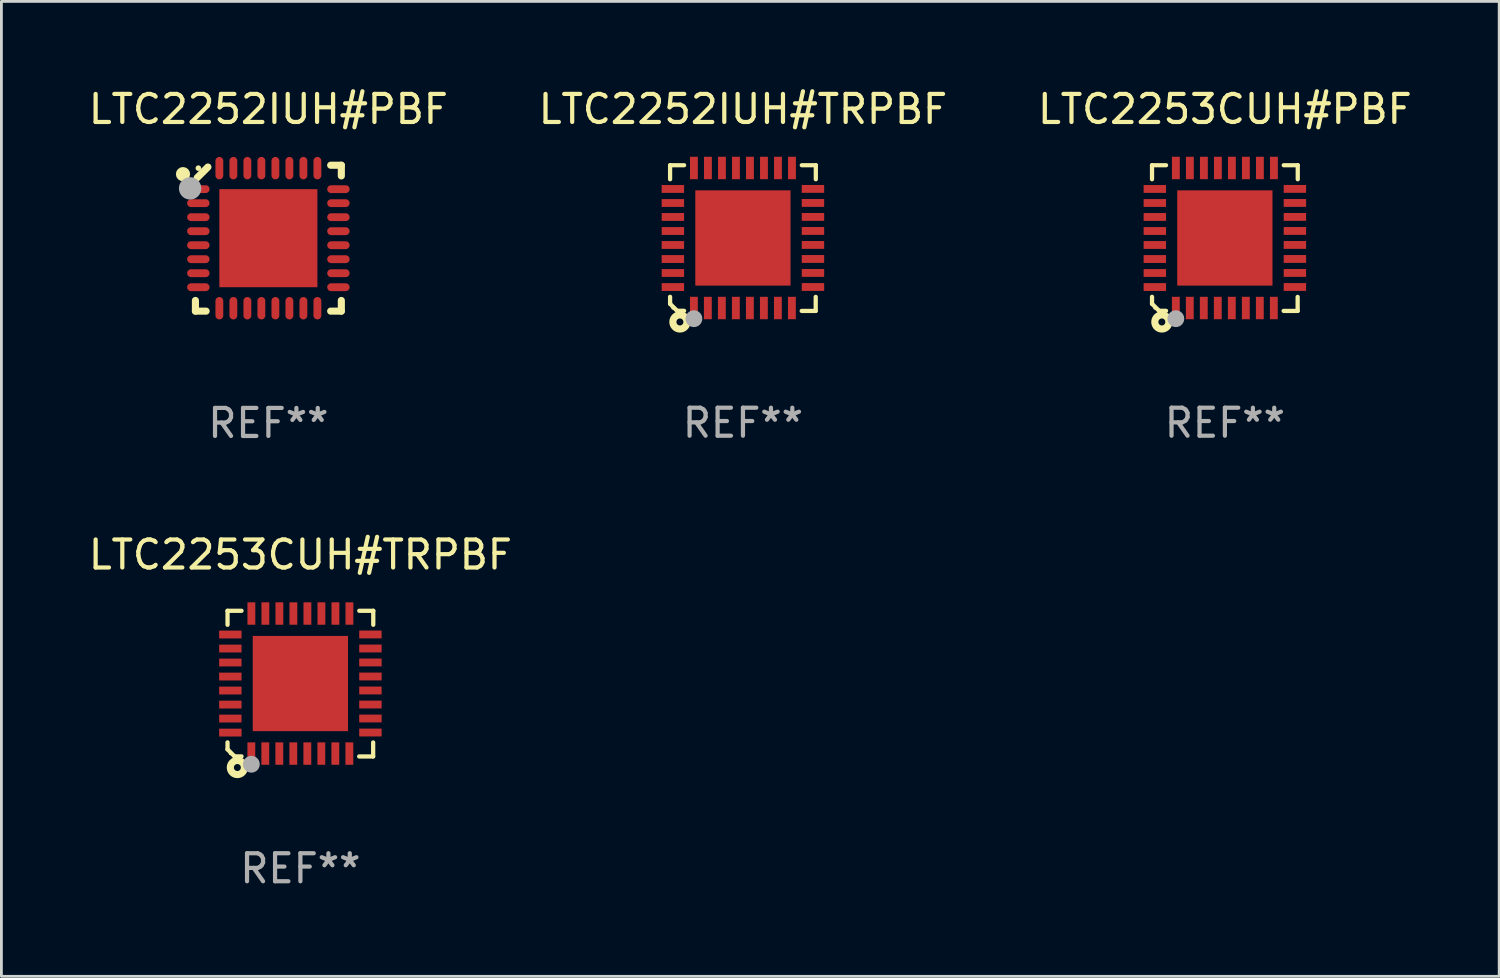
<source format=kicad_pcb>
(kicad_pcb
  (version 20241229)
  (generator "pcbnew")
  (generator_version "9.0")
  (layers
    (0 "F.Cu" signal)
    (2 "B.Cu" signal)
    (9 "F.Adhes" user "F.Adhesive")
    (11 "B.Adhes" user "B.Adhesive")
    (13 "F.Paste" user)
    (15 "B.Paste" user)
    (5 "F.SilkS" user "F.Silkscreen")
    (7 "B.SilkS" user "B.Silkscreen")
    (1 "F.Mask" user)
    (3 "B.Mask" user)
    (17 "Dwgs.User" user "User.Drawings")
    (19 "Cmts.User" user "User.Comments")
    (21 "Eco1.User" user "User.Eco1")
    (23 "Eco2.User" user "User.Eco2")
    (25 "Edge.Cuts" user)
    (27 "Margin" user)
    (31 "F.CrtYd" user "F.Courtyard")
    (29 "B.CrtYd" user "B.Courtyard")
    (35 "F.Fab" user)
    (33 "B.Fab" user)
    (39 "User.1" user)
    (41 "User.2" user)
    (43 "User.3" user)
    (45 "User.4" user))
  (footprint "LTC2252IUH#PBF"
    (layer "F.Cu")
    (at 6.53 5.452)
    (property "Reference" "LTC2252IUH#PBF" (at 0 -4.604 0) (layer "F.SilkS") (effects (font (size 1 1) (thickness 0.15))))
    (attr through_hole)
    (fp_line (start -2.604 2.223) (end -2.604 2.604) (stroke (width 0.254) (type solid)) (layer "F.SilkS"))
    (fp_line (start -2.604 2.604) (end -2.223 2.604) (stroke (width 0.254) (type solid)) (layer "F.SilkS"))
    (fp_line (start -2.159 -2.54) (end -2.54 -2.159) (stroke (width 0.254) (type solid)) (layer "F.SilkS"))
    (fp_line (start 2.223 2.604) (end 2.604 2.604) (stroke (width 0.254) (type solid)) (layer "F.SilkS"))
    (fp_line (start 2.604 -2.604) (end 2.223 -2.604) (stroke (width 0.254) (type solid)) (layer "F.SilkS"))
    (fp_line (start 2.604 -2.223) (end 2.604 -2.604) (stroke (width 0.254) (type solid)) (layer "F.SilkS"))
    (fp_line (start 2.604 2.604) (end 2.604 2.223) (stroke (width 0.254) (type solid)) (layer "F.SilkS"))
    (fp_circle (center -3.048 -2.286) (end -2.921 -2.286) (stroke (width 0.254) (type solid)) (fill no) (layer "F.SilkS"))
    (fp_circle (center -2.5 -2.5) (end -2.45 -2.5) (stroke (width 0.1) (type solid)) (fill no) (layer "F.SilkS"))
    (fp_circle (center -2.794 -1.778) (end -2.594 -1.778) (stroke (width 0.4) (type solid)) (fill no) (layer "F.Fab"))
    (fp_text user "REF**" (at 0 6.604 0) (layer "F.Fab") (effects (font (size 1 1) (thickness 0.15))))
    (pad "1" smd oval (at -2.5 -1.75) (size 0.8 0.28) (layers "F.Cu" "F.Mask" "F.Paste"))
    (pad "2" smd oval (at -2.5 -1.25) (size 0.8 0.28) (layers "F.Cu" "F.Mask" "F.Paste"))
    (pad "3" smd oval (at -2.5 -0.75) (size 0.8 0.28) (layers "F.Cu" "F.Mask" "F.Paste"))
    (pad "4" smd oval (at -2.5 -0.25) (size 0.8 0.28) (layers "F.Cu" "F.Mask" "F.Paste"))
    (pad "5" smd oval (at -2.5 0.25) (size 0.8 0.28) (layers "F.Cu" "F.Mask" "F.Paste"))
    (pad "6" smd oval (at -2.5 0.75) (size 0.8 0.28) (layers "F.Cu" "F.Mask" "F.Paste"))
    (pad "7" smd oval (at -2.5 1.25) (size 0.8 0.28) (layers "F.Cu" "F.Mask" "F.Paste"))
    (pad "8" smd oval (at -2.5 1.75) (size 0.8 0.28) (layers "F.Cu" "F.Mask" "F.Paste"))
    (pad "9" smd oval (at -1.75 2.5) (size 0.28 0.8) (layers "F.Cu" "F.Mask" "F.Paste"))
    (pad "10" smd oval (at -1.25 2.5) (size 0.28 0.8) (layers "F.Cu" "F.Mask" "F.Paste"))
    (pad "11" smd oval (at -0.75 2.5) (size 0.28 0.8) (layers "F.Cu" "F.Mask" "F.Paste"))
    (pad "12" smd oval (at -0.25 2.5) (size 0.28 0.8) (layers "F.Cu" "F.Mask" "F.Paste"))
    (pad "13" smd oval (at 0.25 2.5) (size 0.28 0.8) (layers "F.Cu" "F.Mask" "F.Paste"))
    (pad "14" smd oval (at 0.75 2.5) (size 0.28 0.8) (layers "F.Cu" "F.Mask" "F.Paste"))
    (pad "15" smd oval (at 1.25 2.5) (size 0.28 0.8) (layers "F.Cu" "F.Mask" "F.Paste"))
    (pad "16" smd oval (at 1.75 2.5) (size 0.28 0.8) (layers "F.Cu" "F.Mask" "F.Paste"))
    (pad "17" smd oval (at 2.5 1.75) (size 0.8 0.28) (layers "F.Cu" "F.Mask" "F.Paste"))
    (pad "18" smd oval (at 2.5 1.25) (size 0.8 0.28) (layers "F.Cu" "F.Mask" "F.Paste"))
    (pad "19" smd oval (at 2.5 0.75) (size 0.8 0.28) (layers "F.Cu" "F.Mask" "F.Paste"))
    (pad "20" smd oval (at 2.5 0.25) (size 0.8 0.28) (layers "F.Cu" "F.Mask" "F.Paste"))
    (pad "21" smd oval (at 2.5 -0.25) (size 0.8 0.28) (layers "F.Cu" "F.Mask" "F.Paste"))
    (pad "22" smd oval (at 2.5 -0.75) (size 0.8 0.28) (layers "F.Cu" "F.Mask" "F.Paste"))
    (pad "23" smd oval (at 2.5 -1.25) (size 0.8 0.28) (layers "F.Cu" "F.Mask" "F.Paste"))
    (pad "24" smd oval (at 2.5 -1.75) (size 0.8 0.28) (layers "F.Cu" "F.Mask" "F.Paste"))
    (pad "25" smd oval (at 1.75 -2.5) (size 0.28 0.8) (layers "F.Cu" "F.Mask" "F.Paste"))
    (pad "26" smd oval (at 1.25 -2.5) (size 0.28 0.8) (layers "F.Cu" "F.Mask" "F.Paste"))
    (pad "27" smd oval (at 0.75 -2.5) (size 0.28 0.8) (layers "F.Cu" "F.Mask" "F.Paste"))
    (pad "28" smd oval (at 0.25 -2.5) (size 0.28 0.8) (layers "F.Cu" "F.Mask" "F.Paste"))
    (pad "29" smd oval (at -0.25 -2.5) (size 0.28 0.8) (layers "F.Cu" "F.Mask" "F.Paste"))
    (pad "30" smd oval (at -0.75 -2.5) (size 0.28 0.8) (layers "F.Cu" "F.Mask" "F.Paste"))
    (pad "31" smd oval (at -1.25 -2.5) (size 0.28 0.8) (layers "F.Cu" "F.Mask" "F.Paste"))
    (pad "32" smd oval (at -1.75 -2.5) (size 0.28 0.8) (layers "F.Cu" "F.Mask" "F.Paste"))
    (pad "33" smd rect (at 0.000076 0.000076) (size 3.5 3.5) (layers "F.Cu" "F.Mask" "F.Paste")))
  (footprint "LTC2253CUH#PBF"
    (layer "F.Cu")
    (at 40.673 5.448)
    (property "Reference" "LTC2253CUH#PBF" (at 0 -4.6 0) (layer "F.SilkS") (effects (font (size 1 1) (thickness 0.15))))
    (attr through_hole)
    (fp_line (start -2.601 2.097) (end -2.601 2.347) (stroke (width 0.152) (type solid)) (layer "F.SilkS"))
    (fp_line (start -2.601 2.347) (end -2.351 2.597) (stroke (width 0.152) (type solid)) (layer "F.SilkS"))
    (fp_line (start -2.601 -2.6) (end -2.601 -2.1) (stroke (width 0.152) (type solid)) (layer "F.SilkS"))
    (fp_line (start -2.601 -2.6) (end -2.101 -2.6) (stroke (width 0.152) (type solid)) (layer "F.SilkS"))
    (fp_line (start -2.351 2.597) (end -2.101 2.597) (stroke (width 0.152) (type solid)) (layer "F.SilkS"))
    (fp_line (start 2.597 2.6) (end 2.097 2.6) (stroke (width 0.152) (type solid)) (layer "F.SilkS"))
    (fp_line (start 2.597 2.6) (end 2.597 2.1) (stroke (width 0.152) (type solid)) (layer "F.SilkS"))
    (fp_line (start 2.601 -2.6) (end 2.101 -2.6) (stroke (width 0.152) (type solid)) (layer "F.SilkS"))
    (fp_line (start 2.601 -2.6) (end 2.601 -2.1) (stroke (width 0.152) (type solid)) (layer "F.SilkS"))
    (fp_circle (center -2.501 2.497) (end -2.471 2.497) (stroke (width 0.06) (type solid)) (fill no) (layer "F.SilkS"))
    (fp_circle (center -2.25 2.995) (end -2.125 2.995) (stroke (width 0.254) (type solid)) (fill no) (layer "F.SilkS"))
    (fp_circle (center -1.751 2.878) (end -1.601 2.878) (stroke (width 0.3) (type solid)) (fill no) (layer "F.Fab"))
    (fp_text user "REF**" (at 0 6.6 0) (layer "F.Fab") (effects (font (size 1 1) (thickness 0.15))))
    (pad "1" smd rect (at -1.751 2.497) (size 0.28 0.8) (layers "F.Cu" "F.Mask" "F.Paste"))
    (pad "2" smd rect (at -1.253 2.497) (size 0.28 0.8) (layers "F.Cu" "F.Mask" "F.Paste"))
    (pad "3" smd rect (at -0.753 2.497) (size 0.28 0.8) (layers "F.Cu" "F.Mask" "F.Paste"))
    (pad "4" smd rect (at -0.253 2.497) (size 0.28 0.8) (layers "F.Cu" "F.Mask" "F.Paste"))
    (pad "5" smd rect (at 0.247 2.497) (size 0.28 0.8) (layers "F.Cu" "F.Mask" "F.Paste"))
    (pad "6" smd rect (at 0.747 2.497) (size 0.28 0.8) (layers "F.Cu" "F.Mask" "F.Paste"))
    (pad "7" smd rect (at 1.247 2.497) (size 0.28 0.8) (layers "F.Cu" "F.Mask" "F.Paste"))
    (pad "8" smd rect (at 1.747 2.497) (size 0.28 0.8) (layers "F.Cu" "F.Mask" "F.Paste"))
    (pad "9" smd rect (at 2.499 1.746) (size 0.8 0.28) (layers "F.Cu" "F.Mask" "F.Paste"))
    (pad "10" smd rect (at 2.499 1.245) (size 0.8 0.28) (layers "F.Cu" "F.Mask" "F.Paste"))
    (pad "11" smd rect (at 2.499 0.746) (size 0.8 0.28) (layers "F.Cu" "F.Mask" "F.Paste"))
    (pad "12" smd rect (at 2.499 0.245) (size 0.8 0.28) (layers "F.Cu" "F.Mask" "F.Paste"))
    (pad "13" smd rect (at 2.499 -0.254) (size 0.8 0.28) (layers "F.Cu" "F.Mask" "F.Paste"))
    (pad "14" smd rect (at 2.499 -0.755) (size 0.8 0.28) (layers "F.Cu" "F.Mask" "F.Paste"))
    (pad "15" smd rect (at 2.499 -1.254) (size 0.8 0.28) (layers "F.Cu" "F.Mask" "F.Paste"))
    (pad "16" smd rect (at 2.499 -1.755) (size 0.8 0.28) (layers "F.Cu" "F.Mask" "F.Paste"))
    (pad "17" smd rect (at 1.75 -2.502) (size 0.28 0.8) (layers "F.Cu" "F.Mask" "F.Paste"))
    (pad "18" smd rect (at 1.25 -2.502) (size 0.28 0.8) (layers "F.Cu" "F.Mask" "F.Paste"))
    (pad "19" smd rect (at 0.75 -2.502) (size 0.28 0.8) (layers "F.Cu" "F.Mask" "F.Paste"))
    (pad "20" smd rect (at 0.25 -2.502) (size 0.28 0.8) (layers "F.Cu" "F.Mask" "F.Paste"))
    (pad "21" smd rect (at -0.25 -2.502) (size 0.28 0.8) (layers "F.Cu" "F.Mask" "F.Paste"))
    (pad "22" smd rect (at -0.75 -2.502) (size 0.28 0.8) (layers "F.Cu" "F.Mask" "F.Paste"))
    (pad "23" smd rect (at -1.25 -2.502) (size 0.28 0.8) (layers "F.Cu" "F.Mask" "F.Paste"))
    (pad "24" smd rect (at -1.75 -2.502) (size 0.28 0.8) (layers "F.Cu" "F.Mask" "F.Paste"))
    (pad "25" smd rect (at -2.501 -1.753) (size 0.8 0.28) (layers "F.Cu" "F.Mask" "F.Paste"))
    (pad "26" smd rect (at -2.501 -1.252) (size 0.8 0.28) (layers "F.Cu" "F.Mask" "F.Paste"))
    (pad "27" smd rect (at -2.501 -0.753) (size 0.8 0.28) (layers "F.Cu" "F.Mask" "F.Paste"))
    (pad "28" smd rect (at -2.501 -0.252) (size 0.8 0.28) (layers "F.Cu" "F.Mask" "F.Paste"))
    (pad "29" smd rect (at -2.501 0.247) (size 0.8 0.28) (layers "F.Cu" "F.Mask" "F.Paste"))
    (pad "30" smd rect (at -2.501 0.748) (size 0.8 0.28) (layers "F.Cu" "F.Mask" "F.Paste"))
    (pad "31" smd rect (at -2.501 1.247) (size 0.8 0.28) (layers "F.Cu" "F.Mask" "F.Paste"))
    (pad "32" smd rect (at -2.501 1.748) (size 0.8 0.28) (layers "F.Cu" "F.Mask" "F.Paste"))
    (pad "33" smd rect (at -0.001 -0.003 180) (size 3.4 3.4) (layers "F.Cu" "F.Mask" "F.Paste")))
  (footprint "LTC2253CUH#TRPBF"
    (layer "F.Cu")
    (at 7.673 21.352)
    (property "Reference" "LTC2253CUH#TRPBF" (at 0 -4.6 0) (layer "F.SilkS") (effects (font (size 1 1) (thickness 0.15))))
    (attr through_hole)
    (fp_line (start -2.601 2.097) (end -2.601 2.347) (stroke (width 0.152) (type solid)) (layer "F.SilkS"))
    (fp_line (start -2.601 2.347) (end -2.351 2.597) (stroke (width 0.152) (type solid)) (layer "F.SilkS"))
    (fp_line (start -2.601 -2.6) (end -2.601 -2.1) (stroke (width 0.152) (type solid)) (layer "F.SilkS"))
    (fp_line (start -2.601 -2.6) (end -2.101 -2.6) (stroke (width 0.152) (type solid)) (layer "F.SilkS"))
    (fp_line (start -2.351 2.597) (end -2.101 2.597) (stroke (width 0.152) (type solid)) (layer "F.SilkS"))
    (fp_line (start 2.597 2.6) (end 2.097 2.6) (stroke (width 0.152) (type solid)) (layer "F.SilkS"))
    (fp_line (start 2.597 2.6) (end 2.597 2.1) (stroke (width 0.152) (type solid)) (layer "F.SilkS"))
    (fp_line (start 2.601 -2.6) (end 2.101 -2.6) (stroke (width 0.152) (type solid)) (layer "F.SilkS"))
    (fp_line (start 2.601 -2.6) (end 2.601 -2.1) (stroke (width 0.152) (type solid)) (layer "F.SilkS"))
    (fp_circle (center -2.501 2.497) (end -2.471 2.497) (stroke (width 0.06) (type solid)) (fill no) (layer "F.SilkS"))
    (fp_circle (center -2.25 2.995) (end -2.125 2.995) (stroke (width 0.254) (type solid)) (fill no) (layer "F.SilkS"))
    (fp_circle (center -1.751 2.878) (end -1.601 2.878) (stroke (width 0.3) (type solid)) (fill no) (layer "F.Fab"))
    (fp_text user "REF**" (at 0 6.6 0) (layer "F.Fab") (effects (font (size 1 1) (thickness 0.15))))
    (pad "1" smd rect (at -1.751 2.497) (size 0.28 0.8) (layers "F.Cu" "F.Mask" "F.Paste"))
    (pad "2" smd rect (at -1.253 2.497) (size 0.28 0.8) (layers "F.Cu" "F.Mask" "F.Paste"))
    (pad "3" smd rect (at -0.753 2.497) (size 0.28 0.8) (layers "F.Cu" "F.Mask" "F.Paste"))
    (pad "4" smd rect (at -0.253 2.497) (size 0.28 0.8) (layers "F.Cu" "F.Mask" "F.Paste"))
    (pad "5" smd rect (at 0.247 2.497) (size 0.28 0.8) (layers "F.Cu" "F.Mask" "F.Paste"))
    (pad "6" smd rect (at 0.747 2.497) (size 0.28 0.8) (layers "F.Cu" "F.Mask" "F.Paste"))
    (pad "7" smd rect (at 1.247 2.497) (size 0.28 0.8) (layers "F.Cu" "F.Mask" "F.Paste"))
    (pad "8" smd rect (at 1.747 2.497) (size 0.28 0.8) (layers "F.Cu" "F.Mask" "F.Paste"))
    (pad "9" smd rect (at 2.499 1.746) (size 0.8 0.28) (layers "F.Cu" "F.Mask" "F.Paste"))
    (pad "10" smd rect (at 2.499 1.245) (size 0.8 0.28) (layers "F.Cu" "F.Mask" "F.Paste"))
    (pad "11" smd rect (at 2.499 0.746) (size 0.8 0.28) (layers "F.Cu" "F.Mask" "F.Paste"))
    (pad "12" smd rect (at 2.499 0.245) (size 0.8 0.28) (layers "F.Cu" "F.Mask" "F.Paste"))
    (pad "13" smd rect (at 2.499 -0.254) (size 0.8 0.28) (layers "F.Cu" "F.Mask" "F.Paste"))
    (pad "14" smd rect (at 2.499 -0.755) (size 0.8 0.28) (layers "F.Cu" "F.Mask" "F.Paste"))
    (pad "15" smd rect (at 2.499 -1.254) (size 0.8 0.28) (layers "F.Cu" "F.Mask" "F.Paste"))
    (pad "16" smd rect (at 2.499 -1.755) (size 0.8 0.28) (layers "F.Cu" "F.Mask" "F.Paste"))
    (pad "17" smd rect (at 1.75 -2.502) (size 0.28 0.8) (layers "F.Cu" "F.Mask" "F.Paste"))
    (pad "18" smd rect (at 1.25 -2.502) (size 0.28 0.8) (layers "F.Cu" "F.Mask" "F.Paste"))
    (pad "19" smd rect (at 0.75 -2.502) (size 0.28 0.8) (layers "F.Cu" "F.Mask" "F.Paste"))
    (pad "20" smd rect (at 0.25 -2.502) (size 0.28 0.8) (layers "F.Cu" "F.Mask" "F.Paste"))
    (pad "21" smd rect (at -0.25 -2.502) (size 0.28 0.8) (layers "F.Cu" "F.Mask" "F.Paste"))
    (pad "22" smd rect (at -0.75 -2.502) (size 0.28 0.8) (layers "F.Cu" "F.Mask" "F.Paste"))
    (pad "23" smd rect (at -1.25 -2.502) (size 0.28 0.8) (layers "F.Cu" "F.Mask" "F.Paste"))
    (pad "24" smd rect (at -1.75 -2.502) (size 0.28 0.8) (layers "F.Cu" "F.Mask" "F.Paste"))
    (pad "25" smd rect (at -2.501 -1.753) (size 0.8 0.28) (layers "F.Cu" "F.Mask" "F.Paste"))
    (pad "26" smd rect (at -2.501 -1.252) (size 0.8 0.28) (layers "F.Cu" "F.Mask" "F.Paste"))
    (pad "27" smd rect (at -2.501 -0.753) (size 0.8 0.28) (layers "F.Cu" "F.Mask" "F.Paste"))
    (pad "28" smd rect (at -2.501 -0.252) (size 0.8 0.28) (layers "F.Cu" "F.Mask" "F.Paste"))
    (pad "29" smd rect (at -2.501 0.247) (size 0.8 0.28) (layers "F.Cu" "F.Mask" "F.Paste"))
    (pad "30" smd rect (at -2.501 0.748) (size 0.8 0.28) (layers "F.Cu" "F.Mask" "F.Paste"))
    (pad "31" smd rect (at -2.501 1.247) (size 0.8 0.28) (layers "F.Cu" "F.Mask" "F.Paste"))
    (pad "32" smd rect (at -2.501 1.748) (size 0.8 0.28) (layers "F.Cu" "F.Mask" "F.Paste"))
    (pad "33" smd rect (at -0.001 -0.003 180) (size 3.4 3.4) (layers "F.Cu" "F.Mask" "F.Paste")))
  (footprint "LTC2252IUH#TRPBF"
    (layer "F.Cu")
    (at 23.47 5.448)
    (property "Reference" "LTC2252IUH#TRPBF" (at 0 -4.6 0) (layer "F.SilkS") (effects (font (size 1 1) (thickness 0.15))))
    (attr through_hole)
    (fp_line (start -2.601 2.097) (end -2.601 2.347) (stroke (width 0.152) (type solid)) (layer "F.SilkS"))
    (fp_line (start -2.601 2.347) (end -2.351 2.597) (stroke (width 0.152) (type solid)) (layer "F.SilkS"))
    (fp_line (start -2.601 -2.6) (end -2.601 -2.1) (stroke (width 0.152) (type solid)) (layer "F.SilkS"))
    (fp_line (start -2.601 -2.6) (end -2.101 -2.6) (stroke (width 0.152) (type solid)) (layer "F.SilkS"))
    (fp_line (start -2.351 2.597) (end -2.101 2.597) (stroke (width 0.152) (type solid)) (layer "F.SilkS"))
    (fp_line (start 2.597 2.6) (end 2.097 2.6) (stroke (width 0.152) (type solid)) (layer "F.SilkS"))
    (fp_line (start 2.597 2.6) (end 2.597 2.1) (stroke (width 0.152) (type solid)) (layer "F.SilkS"))
    (fp_line (start 2.601 -2.6) (end 2.101 -2.6) (stroke (width 0.152) (type solid)) (layer "F.SilkS"))
    (fp_line (start 2.601 -2.6) (end 2.601 -2.1) (stroke (width 0.152) (type solid)) (layer "F.SilkS"))
    (fp_circle (center -2.501 2.497) (end -2.471 2.497) (stroke (width 0.06) (type solid)) (fill no) (layer "F.SilkS"))
    (fp_circle (center -2.25 2.995) (end -2.125 2.995) (stroke (width 0.254) (type solid)) (fill no) (layer "F.SilkS"))
    (fp_circle (center -1.751 2.878) (end -1.601 2.878) (stroke (width 0.3) (type solid)) (fill no) (layer "F.Fab"))
    (fp_text user "REF**" (at 0 6.6 0) (layer "F.Fab") (effects (font (size 1 1) (thickness 0.15))))
    (pad "1" smd rect (at -1.751 2.497) (size 0.28 0.8) (layers "F.Cu" "F.Mask" "F.Paste"))
    (pad "2" smd rect (at -1.253 2.497) (size 0.28 0.8) (layers "F.Cu" "F.Mask" "F.Paste"))
    (pad "3" smd rect (at -0.753 2.497) (size 0.28 0.8) (layers "F.Cu" "F.Mask" "F.Paste"))
    (pad "4" smd rect (at -0.253 2.497) (size 0.28 0.8) (layers "F.Cu" "F.Mask" "F.Paste"))
    (pad "5" smd rect (at 0.247 2.497) (size 0.28 0.8) (layers "F.Cu" "F.Mask" "F.Paste"))
    (pad "6" smd rect (at 0.747 2.497) (size 0.28 0.8) (layers "F.Cu" "F.Mask" "F.Paste"))
    (pad "7" smd rect (at 1.247 2.497) (size 0.28 0.8) (layers "F.Cu" "F.Mask" "F.Paste"))
    (pad "8" smd rect (at 1.747 2.497) (size 0.28 0.8) (layers "F.Cu" "F.Mask" "F.Paste"))
    (pad "9" smd rect (at 2.499 1.746) (size 0.8 0.28) (layers "F.Cu" "F.Mask" "F.Paste"))
    (pad "10" smd rect (at 2.499 1.245) (size 0.8 0.28) (layers "F.Cu" "F.Mask" "F.Paste"))
    (pad "11" smd rect (at 2.499 0.746) (size 0.8 0.28) (layers "F.Cu" "F.Mask" "F.Paste"))
    (pad "12" smd rect (at 2.499 0.245) (size 0.8 0.28) (layers "F.Cu" "F.Mask" "F.Paste"))
    (pad "13" smd rect (at 2.499 -0.254) (size 0.8 0.28) (layers "F.Cu" "F.Mask" "F.Paste"))
    (pad "14" smd rect (at 2.499 -0.755) (size 0.8 0.28) (layers "F.Cu" "F.Mask" "F.Paste"))
    (pad "15" smd rect (at 2.499 -1.254) (size 0.8 0.28) (layers "F.Cu" "F.Mask" "F.Paste"))
    (pad "16" smd rect (at 2.499 -1.755) (size 0.8 0.28) (layers "F.Cu" "F.Mask" "F.Paste"))
    (pad "17" smd rect (at 1.75 -2.502) (size 0.28 0.8) (layers "F.Cu" "F.Mask" "F.Paste"))
    (pad "18" smd rect (at 1.25 -2.502) (size 0.28 0.8) (layers "F.Cu" "F.Mask" "F.Paste"))
    (pad "19" smd rect (at 0.75 -2.502) (size 0.28 0.8) (layers "F.Cu" "F.Mask" "F.Paste"))
    (pad "20" smd rect (at 0.25 -2.502) (size 0.28 0.8) (layers "F.Cu" "F.Mask" "F.Paste"))
    (pad "21" smd rect (at -0.25 -2.502) (size 0.28 0.8) (layers "F.Cu" "F.Mask" "F.Paste"))
    (pad "22" smd rect (at -0.75 -2.502) (size 0.28 0.8) (layers "F.Cu" "F.Mask" "F.Paste"))
    (pad "23" smd rect (at -1.25 -2.502) (size 0.28 0.8) (layers "F.Cu" "F.Mask" "F.Paste"))
    (pad "24" smd rect (at -1.75 -2.502) (size 0.28 0.8) (layers "F.Cu" "F.Mask" "F.Paste"))
    (pad "25" smd rect (at -2.501 -1.753) (size 0.8 0.28) (layers "F.Cu" "F.Mask" "F.Paste"))
    (pad "26" smd rect (at -2.501 -1.252) (size 0.8 0.28) (layers "F.Cu" "F.Mask" "F.Paste"))
    (pad "27" smd rect (at -2.501 -0.753) (size 0.8 0.28) (layers "F.Cu" "F.Mask" "F.Paste"))
    (pad "28" smd rect (at -2.501 -0.252) (size 0.8 0.28) (layers "F.Cu" "F.Mask" "F.Paste"))
    (pad "29" smd rect (at -2.501 0.247) (size 0.8 0.28) (layers "F.Cu" "F.Mask" "F.Paste"))
    (pad "30" smd rect (at -2.501 0.748) (size 0.8 0.28) (layers "F.Cu" "F.Mask" "F.Paste"))
    (pad "31" smd rect (at -2.501 1.247) (size 0.8 0.28) (layers "F.Cu" "F.Mask" "F.Paste"))
    (pad "32" smd rect (at -2.501 1.748) (size 0.8 0.28) (layers "F.Cu" "F.Mask" "F.Paste"))
    (pad "33" smd rect (at -0.001 -0.003 180) (size 3.4 3.4) (layers "F.Cu" "F.Mask" "F.Paste")))
  (gr_rect
    (start -3 -3)
    (end 50.464 31.8)
    (stroke (width 0.1) (type default))
    (fill no)
    (layer "Edge.Cuts")))
</source>
